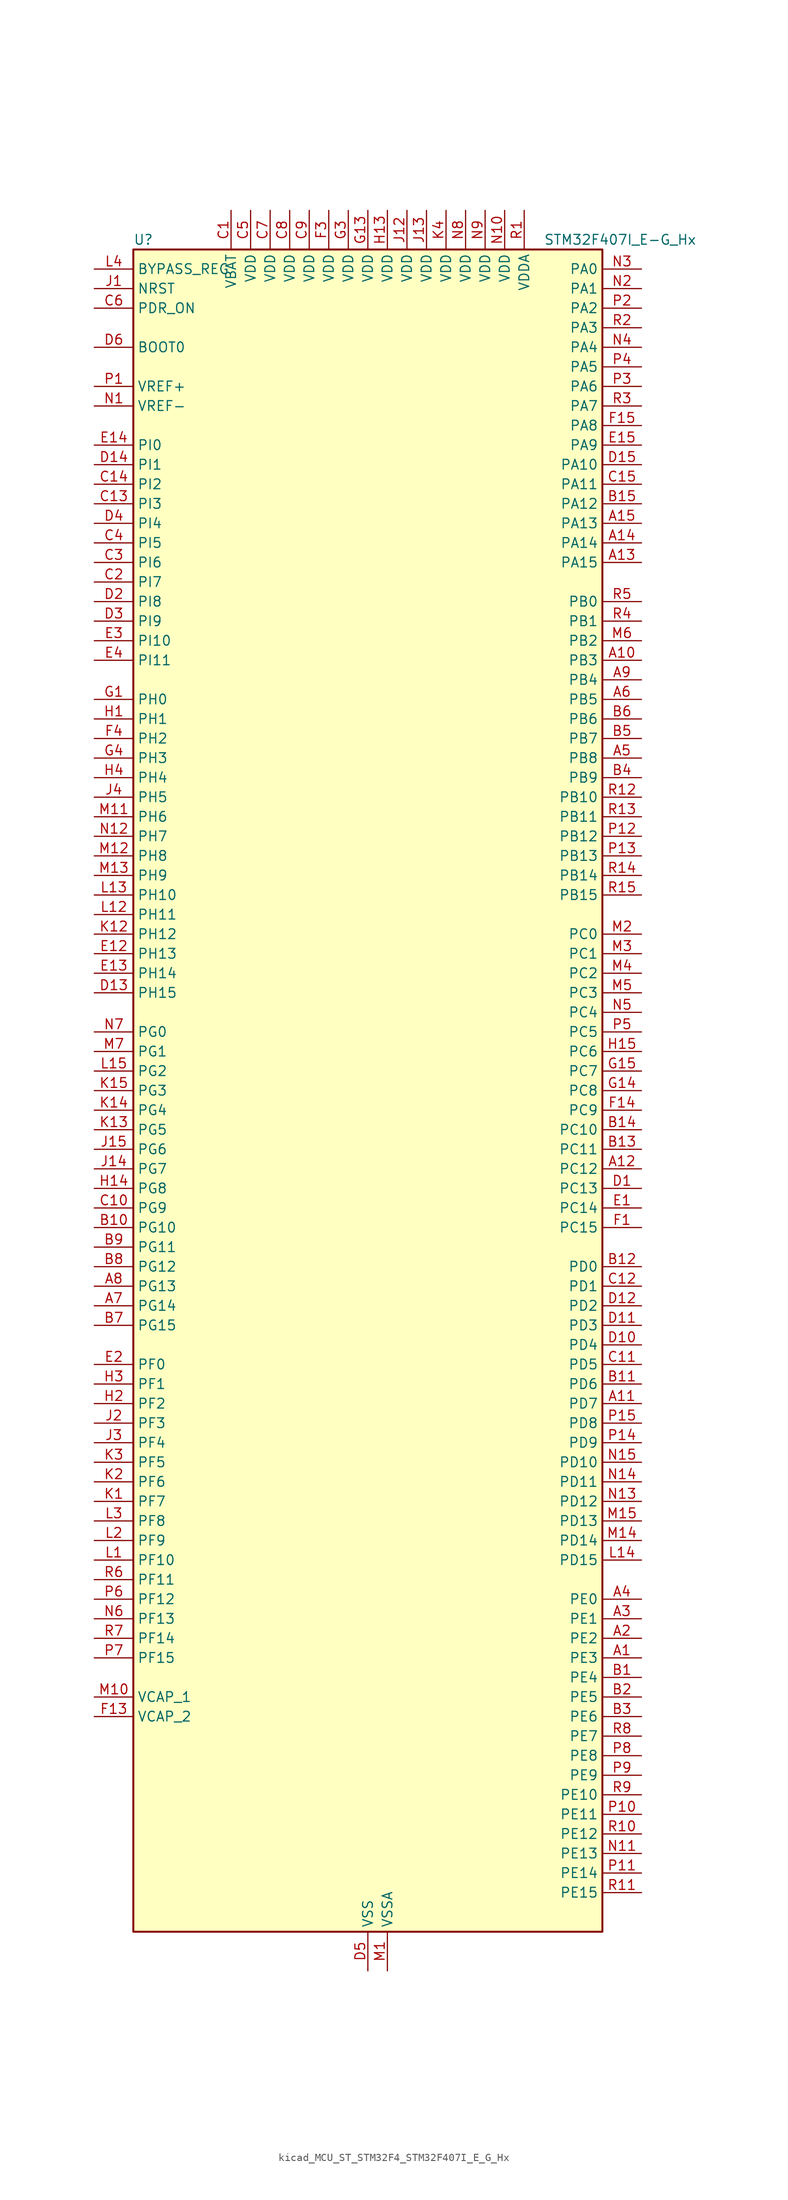
<source format=kicad_sym>
(kicad_symbol_lib
  (version 20220914)
  (generator kicad_symbol_editor)
  (symbol "kicad_MCU_ST_STM32F4_STM32F407I_E_G_Hx"
    (property "Reference" "U"
      (at -30.48 110.49 0)
      (effects (font (size 1.27 1.27)) (justify left)))
    (property "Value" "STM32F407I_E-G_Hx"
      (at 22.86 110.49 0)
      (effects (font (size 1.27 1.27)) (justify left)))
    (property "ki_locked" ""
      (at 0 0 0)
      (effects (font (size 1.27 1.27))))
    (symbol "kicad_MCU_ST_STM32F4_STM32F407I_E_G_Hx_0_1"
      (rectangle (start -30.48 -109.22) (end 30.48 109.22) (stroke (width 0.254) (type default)) (fill (type background))))
    (symbol "kicad_MCU_ST_STM32F4_STM32F407I_E_G_Hx_1_1"
      (pin bidirectional line (at 35.56 -73.66 180) (length 5.08) (name "PE3" (effects (font (size 1.27 1.27)))) (number "A1" (effects (font (size 1.27 1.27)))) (alternate "FSMC_A19" bidirectional line) (alternate "SYS_TRACED0" bidirectional line))
      (pin bidirectional line (at 35.56 55.88 180) (length 5.08) (name "PB3" (effects (font (size 1.27 1.27)))) (number "A10" (effects (font (size 1.27 1.27)))) (alternate "I2S3_CK" bidirectional line) (alternate "SPI1_SCK" bidirectional line) (alternate "SPI3_SCK" bidirectional line) (alternate "SYS_JTDO-SWO" bidirectional line) (alternate "TIM2_CH2" bidirectional line))
      (pin bidirectional line (at 35.56 -40.64 180) (length 5.08) (name "PD7" (effects (font (size 1.27 1.27)))) (number "A11" (effects (font (size 1.27 1.27)))) (alternate "FSMC_NCE2" bidirectional line) (alternate "FSMC_NE1" bidirectional line) (alternate "USART2_CK" bidirectional line))
      (pin bidirectional line (at 35.56 -10.16 180) (length 5.08) (name "PC12" (effects (font (size 1.27 1.27)))) (number "A12" (effects (font (size 1.27 1.27)))) (alternate "DCMI_D9" bidirectional line) (alternate "I2S3_SD" bidirectional line) (alternate "SDIO_CK" bidirectional line) (alternate "SPI3_MOSI" bidirectional line) (alternate "UART5_TX" bidirectional line) (alternate "USART3_CK" bidirectional line))
      (pin bidirectional line (at 35.56 68.58 180) (length 5.08) (name "PA15" (effects (font (size 1.27 1.27)))) (number "A13" (effects (font (size 1.27 1.27)))) (alternate "ADC1_EXTI15" bidirectional line) (alternate "ADC2_EXTI15" bidirectional line) (alternate "ADC3_EXTI15" bidirectional line) (alternate "I2S3_WS" bidirectional line) (alternate "SPI1_NSS" bidirectional line) (alternate "SPI3_NSS" bidirectional line) (alternate "SYS_JTDI" bidirectional line) (alternate "TIM2_CH1" bidirectional line) (alternate "TIM2_ETR" bidirectional line))
      (pin bidirectional line (at 35.56 71.12 180) (length 5.08) (name "PA14" (effects (font (size 1.27 1.27)))) (number "A14" (effects (font (size 1.27 1.27)))) (alternate "SYS_JTCK-SWCLK" bidirectional line))
      (pin bidirectional line (at 35.56 73.66 180) (length 5.08) (name "PA13" (effects (font (size 1.27 1.27)))) (number "A15" (effects (font (size 1.27 1.27)))) (alternate "SYS_JTMS-SWDIO" bidirectional line))
      (pin bidirectional line (at 35.56 -71.12 180) (length 5.08) (name "PE2" (effects (font (size 1.27 1.27)))) (number "A2" (effects (font (size 1.27 1.27)))) (alternate "ETH_TXD3" bidirectional line) (alternate "FSMC_A23" bidirectional line) (alternate "SYS_TRACECLK" bidirectional line))
      (pin bidirectional line (at 35.56 -68.58 180) (length 5.08) (name "PE1" (effects (font (size 1.27 1.27)))) (number "A3" (effects (font (size 1.27 1.27)))) (alternate "DCMI_D3" bidirectional line) (alternate "FSMC_NBL1" bidirectional line))
      (pin bidirectional line (at 35.56 -66.04 180) (length 5.08) (name "PE0" (effects (font (size 1.27 1.27)))) (number "A4" (effects (font (size 1.27 1.27)))) (alternate "DCMI_D2" bidirectional line) (alternate "FSMC_NBL0" bidirectional line) (alternate "TIM4_ETR" bidirectional line))
      (pin bidirectional line (at 35.56 43.18 180) (length 5.08) (name "PB8" (effects (font (size 1.27 1.27)))) (number "A5" (effects (font (size 1.27 1.27)))) (alternate "CAN1_RX" bidirectional line) (alternate "DCMI_D6" bidirectional line) (alternate "ETH_TXD3" bidirectional line) (alternate "I2C1_SCL" bidirectional line) (alternate "SDIO_D4" bidirectional line) (alternate "TIM10_CH1" bidirectional line) (alternate "TIM4_CH3" bidirectional line))
      (pin bidirectional line (at 35.56 50.8 180) (length 5.08) (name "PB5" (effects (font (size 1.27 1.27)))) (number "A6" (effects (font (size 1.27 1.27)))) (alternate "CAN2_RX" bidirectional line) (alternate "DCMI_D10" bidirectional line) (alternate "ETH_PPS_OUT" bidirectional line) (alternate "I2C1_SMBA" bidirectional line) (alternate "I2S3_SD" bidirectional line) (alternate "SPI1_MOSI" bidirectional line) (alternate "SPI3_MOSI" bidirectional line) (alternate "TIM3_CH2" bidirectional line) (alternate "USB_OTG_HS_ULPI_D7" bidirectional line))
      (pin bidirectional line (at -35.56 -27.94 0) (length 5.08) (name "PG14" (effects (font (size 1.27 1.27)))) (number "A7" (effects (font (size 1.27 1.27)))) (alternate "ETH_TXD1" bidirectional line) (alternate "FSMC_A25" bidirectional line) (alternate "USART6_TX" bidirectional line))
      (pin bidirectional line (at -35.56 -25.4 0) (length 5.08) (name "PG13" (effects (font (size 1.27 1.27)))) (number "A8" (effects (font (size 1.27 1.27)))) (alternate "ETH_TXD0" bidirectional line) (alternate "FSMC_A24" bidirectional line) (alternate "USART6_CTS" bidirectional line))
      (pin bidirectional line (at 35.56 53.34 180) (length 5.08) (name "PB4" (effects (font (size 1.27 1.27)))) (number "A9" (effects (font (size 1.27 1.27)))) (alternate "I2S3_ext_SD" bidirectional line) (alternate "SPI1_MISO" bidirectional line) (alternate "SPI3_MISO" bidirectional line) (alternate "SYS_JTRST" bidirectional line) (alternate "TIM3_CH1" bidirectional line))
      (pin bidirectional line (at 35.56 -76.2 180) (length 5.08) (name "PE4" (effects (font (size 1.27 1.27)))) (number "B1" (effects (font (size 1.27 1.27)))) (alternate "DCMI_D4" bidirectional line) (alternate "FSMC_A20" bidirectional line) (alternate "SYS_TRACED1" bidirectional line))
      (pin bidirectional line (at -35.56 -17.78 0) (length 5.08) (name "PG10" (effects (font (size 1.27 1.27)))) (number "B10" (effects (font (size 1.27 1.27)))) (alternate "FSMC_NCE4_1" bidirectional line) (alternate "FSMC_NE3" bidirectional line))
      (pin bidirectional line (at 35.56 -38.1 180) (length 5.08) (name "PD6" (effects (font (size 1.27 1.27)))) (number "B11" (effects (font (size 1.27 1.27)))) (alternate "FSMC_NWAIT" bidirectional line) (alternate "USART2_RX" bidirectional line))
      (pin bidirectional line (at 35.56 -22.86 180) (length 5.08) (name "PD0" (effects (font (size 1.27 1.27)))) (number "B12" (effects (font (size 1.27 1.27)))) (alternate "CAN1_RX" bidirectional line) (alternate "FSMC_D2" bidirectional line) (alternate "FSMC_DA2" bidirectional line))
      (pin bidirectional line (at 35.56 -7.62 180) (length 5.08) (name "PC11" (effects (font (size 1.27 1.27)))) (number "B13" (effects (font (size 1.27 1.27)))) (alternate "ADC1_EXTI11" bidirectional line) (alternate "ADC2_EXTI11" bidirectional line) (alternate "ADC3_EXTI11" bidirectional line) (alternate "DCMI_D4" bidirectional line) (alternate "I2S3_ext_SD" bidirectional line) (alternate "SDIO_D3" bidirectional line) (alternate "SPI3_MISO" bidirectional line) (alternate "UART4_RX" bidirectional line) (alternate "USART3_RX" bidirectional line))
      (pin bidirectional line (at 35.56 -5.08 180) (length 5.08) (name "PC10" (effects (font (size 1.27 1.27)))) (number "B14" (effects (font (size 1.27 1.27)))) (alternate "DCMI_D8" bidirectional line) (alternate "I2S3_CK" bidirectional line) (alternate "SDIO_D2" bidirectional line) (alternate "SPI3_SCK" bidirectional line) (alternate "UART4_TX" bidirectional line) (alternate "USART3_TX" bidirectional line))
      (pin bidirectional line (at 35.56 76.2 180) (length 5.08) (name "PA12" (effects (font (size 1.27 1.27)))) (number "B15" (effects (font (size 1.27 1.27)))) (alternate "CAN1_TX" bidirectional line) (alternate "TIM1_ETR" bidirectional line) (alternate "USART1_RTS" bidirectional line) (alternate "USB_OTG_FS_DP" bidirectional line))
      (pin bidirectional line (at 35.56 -78.74 180) (length 5.08) (name "PE5" (effects (font (size 1.27 1.27)))) (number "B2" (effects (font (size 1.27 1.27)))) (alternate "DCMI_D6" bidirectional line) (alternate "FSMC_A21" bidirectional line) (alternate "SYS_TRACED2" bidirectional line) (alternate "TIM9_CH1" bidirectional line))
      (pin bidirectional line (at 35.56 -81.28 180) (length 5.08) (name "PE6" (effects (font (size 1.27 1.27)))) (number "B3" (effects (font (size 1.27 1.27)))) (alternate "DCMI_D7" bidirectional line) (alternate "FSMC_A22" bidirectional line) (alternate "SYS_TRACED3" bidirectional line) (alternate "TIM9_CH2" bidirectional line))
      (pin bidirectional line (at 35.56 40.64 180) (length 5.08) (name "PB9" (effects (font (size 1.27 1.27)))) (number "B4" (effects (font (size 1.27 1.27)))) (alternate "CAN1_TX" bidirectional line) (alternate "DAC_EXTI9" bidirectional line) (alternate "DCMI_D7" bidirectional line) (alternate "I2C1_SDA" bidirectional line) (alternate "I2S2_WS" bidirectional line) (alternate "SDIO_D5" bidirectional line) (alternate "SPI2_NSS" bidirectional line) (alternate "TIM11_CH1" bidirectional line) (alternate "TIM4_CH4" bidirectional line))
      (pin bidirectional line (at 35.56 45.72 180) (length 5.08) (name "PB7" (effects (font (size 1.27 1.27)))) (number "B5" (effects (font (size 1.27 1.27)))) (alternate "DCMI_VSYNC" bidirectional line) (alternate "FSMC_NL" bidirectional line) (alternate "I2C1_SDA" bidirectional line) (alternate "TIM4_CH2" bidirectional line) (alternate "USART1_RX" bidirectional line))
      (pin bidirectional line (at 35.56 48.26 180) (length 5.08) (name "PB6" (effects (font (size 1.27 1.27)))) (number "B6" (effects (font (size 1.27 1.27)))) (alternate "CAN2_TX" bidirectional line) (alternate "DCMI_D5" bidirectional line) (alternate "I2C1_SCL" bidirectional line) (alternate "TIM4_CH1" bidirectional line) (alternate "USART1_TX" bidirectional line))
      (pin bidirectional line (at -35.56 -30.48 0) (length 5.08) (name "PG15" (effects (font (size 1.27 1.27)))) (number "B7" (effects (font (size 1.27 1.27)))) (alternate "ADC1_EXTI15" bidirectional line) (alternate "ADC2_EXTI15" bidirectional line) (alternate "ADC3_EXTI15" bidirectional line) (alternate "DCMI_D13" bidirectional line) (alternate "USART6_CTS" bidirectional line))
      (pin bidirectional line (at -35.56 -22.86 0) (length 5.08) (name "PG12" (effects (font (size 1.27 1.27)))) (number "B8" (effects (font (size 1.27 1.27)))) (alternate "FSMC_NE4" bidirectional line) (alternate "USART6_RTS" bidirectional line))
      (pin bidirectional line (at -35.56 -20.32 0) (length 5.08) (name "PG11" (effects (font (size 1.27 1.27)))) (number "B9" (effects (font (size 1.27 1.27)))) (alternate "ADC1_EXTI11" bidirectional line) (alternate "ADC2_EXTI11" bidirectional line) (alternate "ADC3_EXTI11" bidirectional line) (alternate "ETH_TX_EN" bidirectional line) (alternate "FSMC_NCE4_2" bidirectional line))
      (pin power_in line (at -17.78 114.3 270) (length 5.08) (name "VBAT" (effects (font (size 1.27 1.27)))) (number "C1" (effects (font (size 1.27 1.27)))))
      (pin bidirectional line (at -35.56 -15.24 0) (length 5.08) (name "PG9" (effects (font (size 1.27 1.27)))) (number "C10" (effects (font (size 1.27 1.27)))) (alternate "DAC_EXTI9" bidirectional line) (alternate "FSMC_NCE3" bidirectional line) (alternate "FSMC_NE2" bidirectional line) (alternate "USART6_RX" bidirectional line))
      (pin bidirectional line (at 35.56 -35.56 180) (length 5.08) (name "PD5" (effects (font (size 1.27 1.27)))) (number "C11" (effects (font (size 1.27 1.27)))) (alternate "FSMC_NWE" bidirectional line) (alternate "USART2_TX" bidirectional line))
      (pin bidirectional line (at 35.56 -25.4 180) (length 5.08) (name "PD1" (effects (font (size 1.27 1.27)))) (number "C12" (effects (font (size 1.27 1.27)))) (alternate "CAN1_TX" bidirectional line) (alternate "FSMC_D3" bidirectional line) (alternate "FSMC_DA3" bidirectional line))
      (pin bidirectional line (at -35.56 76.2 0) (length 5.08) (name "PI3" (effects (font (size 1.27 1.27)))) (number "C13" (effects (font (size 1.27 1.27)))) (alternate "DCMI_D10" bidirectional line) (alternate "I2S2_SD" bidirectional line) (alternate "SPI2_MOSI" bidirectional line) (alternate "TIM8_ETR" bidirectional line))
      (pin bidirectional line (at -35.56 78.74 0) (length 5.08) (name "PI2" (effects (font (size 1.27 1.27)))) (number "C14" (effects (font (size 1.27 1.27)))) (alternate "DCMI_D9" bidirectional line) (alternate "I2S2_ext_SD" bidirectional line) (alternate "SPI2_MISO" bidirectional line) (alternate "TIM8_CH4" bidirectional line))
      (pin bidirectional line (at 35.56 78.74 180) (length 5.08) (name "PA11" (effects (font (size 1.27 1.27)))) (number "C15" (effects (font (size 1.27 1.27)))) (alternate "ADC1_EXTI11" bidirectional line) (alternate "ADC2_EXTI11" bidirectional line) (alternate "ADC3_EXTI11" bidirectional line) (alternate "CAN1_RX" bidirectional line) (alternate "TIM1_CH4" bidirectional line) (alternate "USART1_CTS" bidirectional line) (alternate "USB_OTG_FS_DM" bidirectional line))
      (pin bidirectional line (at -35.56 66.04 0) (length 5.08) (name "PI7" (effects (font (size 1.27 1.27)))) (number "C2" (effects (font (size 1.27 1.27)))) (alternate "DCMI_D7" bidirectional line) (alternate "TIM8_CH3" bidirectional line))
      (pin bidirectional line (at -35.56 68.58 0) (length 5.08) (name "PI6" (effects (font (size 1.27 1.27)))) (number "C3" (effects (font (size 1.27 1.27)))) (alternate "DCMI_D6" bidirectional line) (alternate "TIM8_CH2" bidirectional line))
      (pin bidirectional line (at -35.56 71.12 0) (length 5.08) (name "PI5" (effects (font (size 1.27 1.27)))) (number "C4" (effects (font (size 1.27 1.27)))) (alternate "DCMI_VSYNC" bidirectional line) (alternate "TIM8_CH1" bidirectional line))
      (pin power_in line (at -15.24 114.3 270) (length 5.08) (name "VDD" (effects (font (size 1.27 1.27)))) (number "C5" (effects (font (size 1.27 1.27)))))
      (pin input line (at -35.56 101.6 0) (length 5.08) (name "PDR_ON" (effects (font (size 1.27 1.27)))) (number "C6" (effects (font (size 1.27 1.27)))))
      (pin power_in line (at -12.7 114.3 270) (length 5.08) (name "VDD" (effects (font (size 1.27 1.27)))) (number "C7" (effects (font (size 1.27 1.27)))))
      (pin power_in line (at -10.16 114.3 270) (length 5.08) (name "VDD" (effects (font (size 1.27 1.27)))) (number "C8" (effects (font (size 1.27 1.27)))))
      (pin power_in line (at -7.62 114.3 270) (length 5.08) (name "VDD" (effects (font (size 1.27 1.27)))) (number "C9" (effects (font (size 1.27 1.27)))))
      (pin bidirectional line (at 35.56 -12.7 180) (length 5.08) (name "PC13" (effects (font (size 1.27 1.27)))) (number "D1" (effects (font (size 1.27 1.27)))) (alternate "RTC_AF1" bidirectional line))
      (pin bidirectional line (at 35.56 -33.02 180) (length 5.08) (name "PD4" (effects (font (size 1.27 1.27)))) (number "D10" (effects (font (size 1.27 1.27)))) (alternate "FSMC_NOE" bidirectional line) (alternate "USART2_RTS" bidirectional line))
      (pin bidirectional line (at 35.56 -30.48 180) (length 5.08) (name "PD3" (effects (font (size 1.27 1.27)))) (number "D11" (effects (font (size 1.27 1.27)))) (alternate "FSMC_CLK" bidirectional line) (alternate "USART2_CTS" bidirectional line))
      (pin bidirectional line (at 35.56 -27.94 180) (length 5.08) (name "PD2" (effects (font (size 1.27 1.27)))) (number "D12" (effects (font (size 1.27 1.27)))) (alternate "DCMI_D11" bidirectional line) (alternate "SDIO_CMD" bidirectional line) (alternate "TIM3_ETR" bidirectional line) (alternate "UART5_RX" bidirectional line))
      (pin bidirectional line (at -35.56 12.7 0) (length 5.08) (name "PH15" (effects (font (size 1.27 1.27)))) (number "D13" (effects (font (size 1.27 1.27)))) (alternate "ADC1_EXTI15" bidirectional line) (alternate "ADC2_EXTI15" bidirectional line) (alternate "ADC3_EXTI15" bidirectional line) (alternate "DCMI_D11" bidirectional line) (alternate "TIM8_CH3N" bidirectional line))
      (pin bidirectional line (at -35.56 81.28 0) (length 5.08) (name "PI1" (effects (font (size 1.27 1.27)))) (number "D14" (effects (font (size 1.27 1.27)))) (alternate "DCMI_D8" bidirectional line) (alternate "I2S2_CK" bidirectional line) (alternate "SPI2_SCK" bidirectional line))
      (pin bidirectional line (at 35.56 81.28 180) (length 5.08) (name "PA10" (effects (font (size 1.27 1.27)))) (number "D15" (effects (font (size 1.27 1.27)))) (alternate "DCMI_D1" bidirectional line) (alternate "TIM1_CH3" bidirectional line) (alternate "USART1_RX" bidirectional line) (alternate "USB_OTG_FS_ID" bidirectional line))
      (pin bidirectional line (at -35.56 63.5 0) (length 5.08) (name "PI8" (effects (font (size 1.27 1.27)))) (number "D2" (effects (font (size 1.27 1.27)))) (alternate "RTC_AF2" bidirectional line))
      (pin bidirectional line (at -35.56 60.96 0) (length 5.08) (name "PI9" (effects (font (size 1.27 1.27)))) (number "D3" (effects (font (size 1.27 1.27)))) (alternate "CAN1_RX" bidirectional line) (alternate "DAC_EXTI9" bidirectional line))
      (pin bidirectional line (at -35.56 73.66 0) (length 5.08) (name "PI4" (effects (font (size 1.27 1.27)))) (number "D4" (effects (font (size 1.27 1.27)))) (alternate "DCMI_D5" bidirectional line) (alternate "TIM8_BKIN" bidirectional line))
      (pin power_in line (at 0 -114.3 90) (length 5.08) (name "VSS" (effects (font (size 1.27 1.27)))) (number "D5" (effects (font (size 1.27 1.27)))))
      (pin input line (at -35.56 96.52 0) (length 5.08) (name "BOOT0" (effects (font (size 1.27 1.27)))) (number "D6" (effects (font (size 1.27 1.27)))))
      (pin passive line (at 0 -114.3 90) (length 5.08) hide (name "VSS" (effects (font (size 1.27 1.27)))) (number "D7" (effects (font (size 1.27 1.27)))))
      (pin passive line (at 0 -114.3 90) (length 5.08) hide (name "VSS" (effects (font (size 1.27 1.27)))) (number "D8" (effects (font (size 1.27 1.27)))))
      (pin passive line (at 0 -114.3 90) (length 5.08) hide (name "VSS" (effects (font (size 1.27 1.27)))) (number "D9" (effects (font (size 1.27 1.27)))))
      (pin bidirectional line (at 35.56 -15.24 180) (length 5.08) (name "PC14" (effects (font (size 1.27 1.27)))) (number "E1" (effects (font (size 1.27 1.27)))) (alternate "RCC_OSC32_IN" bidirectional line))
      (pin bidirectional line (at -35.56 17.78 0) (length 5.08) (name "PH13" (effects (font (size 1.27 1.27)))) (number "E12" (effects (font (size 1.27 1.27)))) (alternate "CAN1_TX" bidirectional line) (alternate "TIM8_CH1N" bidirectional line))
      (pin bidirectional line (at -35.56 15.24 0) (length 5.08) (name "PH14" (effects (font (size 1.27 1.27)))) (number "E13" (effects (font (size 1.27 1.27)))) (alternate "DCMI_D4" bidirectional line) (alternate "TIM8_CH2N" bidirectional line))
      (pin bidirectional line (at -35.56 83.82 0) (length 5.08) (name "PI0" (effects (font (size 1.27 1.27)))) (number "E14" (effects (font (size 1.27 1.27)))) (alternate "DCMI_D13" bidirectional line) (alternate "I2S2_WS" bidirectional line) (alternate "SPI2_NSS" bidirectional line) (alternate "TIM5_CH4" bidirectional line))
      (pin bidirectional line (at 35.56 83.82 180) (length 5.08) (name "PA9" (effects (font (size 1.27 1.27)))) (number "E15" (effects (font (size 1.27 1.27)))) (alternate "DAC_EXTI9" bidirectional line) (alternate "DCMI_D0" bidirectional line) (alternate "I2C3_SMBA" bidirectional line) (alternate "TIM1_CH2" bidirectional line) (alternate "USART1_TX" bidirectional line) (alternate "USB_OTG_FS_VBUS" bidirectional line))
      (pin bidirectional line (at -35.56 -35.56 0) (length 5.08) (name "PF0" (effects (font (size 1.27 1.27)))) (number "E2" (effects (font (size 1.27 1.27)))) (alternate "FSMC_A0" bidirectional line) (alternate "I2C2_SDA" bidirectional line))
      (pin bidirectional line (at -35.56 58.42 0) (length 5.08) (name "PI10" (effects (font (size 1.27 1.27)))) (number "E3" (effects (font (size 1.27 1.27)))) (alternate "ETH_RX_ER" bidirectional line))
      (pin bidirectional line (at -35.56 55.88 0) (length 5.08) (name "PI11" (effects (font (size 1.27 1.27)))) (number "E4" (effects (font (size 1.27 1.27)))) (alternate "ADC1_EXTI11" bidirectional line) (alternate "ADC2_EXTI11" bidirectional line) (alternate "ADC3_EXTI11" bidirectional line) (alternate "USB_OTG_HS_ULPI_DIR" bidirectional line))
      (pin bidirectional line (at 35.56 -17.78 180) (length 5.08) (name "PC15" (effects (font (size 1.27 1.27)))) (number "F1" (effects (font (size 1.27 1.27)))) (alternate "ADC1_EXTI15" bidirectional line) (alternate "ADC2_EXTI15" bidirectional line) (alternate "ADC3_EXTI15" bidirectional line) (alternate "RCC_OSC32_OUT" bidirectional line))
      (pin passive line (at 0 -114.3 90) (length 5.08) hide (name "VSS" (effects (font (size 1.27 1.27)))) (number "F10" (effects (font (size 1.27 1.27)))))
      (pin passive line (at 0 -114.3 90) (length 5.08) hide (name "VSS" (effects (font (size 1.27 1.27)))) (number "F12" (effects (font (size 1.27 1.27)))))
      (pin power_out line (at -35.56 -81.28 0) (length 5.08) (name "VCAP_2" (effects (font (size 1.27 1.27)))) (number "F13" (effects (font (size 1.27 1.27)))))
      (pin bidirectional line (at 35.56 -2.54 180) (length 5.08) (name "PC9" (effects (font (size 1.27 1.27)))) (number "F14" (effects (font (size 1.27 1.27)))) (alternate "DAC_EXTI9" bidirectional line) (alternate "DCMI_D3" bidirectional line) (alternate "I2C3_SDA" bidirectional line) (alternate "I2S_CKIN" bidirectional line) (alternate "RCC_MCO_2" bidirectional line) (alternate "SDIO_D1" bidirectional line) (alternate "TIM3_CH4" bidirectional line) (alternate "TIM8_CH4" bidirectional line))
      (pin bidirectional line (at 35.56 86.36 180) (length 5.08) (name "PA8" (effects (font (size 1.27 1.27)))) (number "F15" (effects (font (size 1.27 1.27)))) (alternate "I2C3_SCL" bidirectional line) (alternate "RCC_MCO_1" bidirectional line) (alternate "TIM1_CH1" bidirectional line) (alternate "USART1_CK" bidirectional line) (alternate "USB_OTG_FS_SOF" bidirectional line))
      (pin passive line (at 0 -114.3 90) (length 5.08) hide (name "VSS" (effects (font (size 1.27 1.27)))) (number "F2" (effects (font (size 1.27 1.27)))))
      (pin power_in line (at -5.08 114.3 270) (length 5.08) (name "VDD" (effects (font (size 1.27 1.27)))) (number "F3" (effects (font (size 1.27 1.27)))))
      (pin bidirectional line (at -35.56 45.72 0) (length 5.08) (name "PH2" (effects (font (size 1.27 1.27)))) (number "F4" (effects (font (size 1.27 1.27)))) (alternate "ETH_CRS" bidirectional line))
      (pin passive line (at 0 -114.3 90) (length 5.08) hide (name "VSS" (effects (font (size 1.27 1.27)))) (number "F6" (effects (font (size 1.27 1.27)))))
      (pin passive line (at 0 -114.3 90) (length 5.08) hide (name "VSS" (effects (font (size 1.27 1.27)))) (number "F7" (effects (font (size 1.27 1.27)))))
      (pin passive line (at 0 -114.3 90) (length 5.08) hide (name "VSS" (effects (font (size 1.27 1.27)))) (number "F8" (effects (font (size 1.27 1.27)))))
      (pin passive line (at 0 -114.3 90) (length 5.08) hide (name "VSS" (effects (font (size 1.27 1.27)))) (number "F9" (effects (font (size 1.27 1.27)))))
      (pin bidirectional line (at -35.56 50.8 0) (length 5.08) (name "PH0" (effects (font (size 1.27 1.27)))) (number "G1" (effects (font (size 1.27 1.27)))) (alternate "RCC_OSC_IN" bidirectional line))
      (pin passive line (at 0 -114.3 90) (length 5.08) hide (name "VSS" (effects (font (size 1.27 1.27)))) (number "G10" (effects (font (size 1.27 1.27)))))
      (pin passive line (at 0 -114.3 90) (length 5.08) hide (name "VSS" (effects (font (size 1.27 1.27)))) (number "G12" (effects (font (size 1.27 1.27)))))
      (pin power_in line (at 0 114.3 270) (length 5.08) (name "VDD" (effects (font (size 1.27 1.27)))) (number "G13" (effects (font (size 1.27 1.27)))))
      (pin bidirectional line (at 35.56 0 180) (length 5.08) (name "PC8" (effects (font (size 1.27 1.27)))) (number "G14" (effects (font (size 1.27 1.27)))) (alternate "DCMI_D2" bidirectional line) (alternate "SDIO_D0" bidirectional line) (alternate "TIM3_CH3" bidirectional line) (alternate "TIM8_CH3" bidirectional line) (alternate "USART6_CK" bidirectional line))
      (pin bidirectional line (at 35.56 2.54 180) (length 5.08) (name "PC7" (effects (font (size 1.27 1.27)))) (number "G15" (effects (font (size 1.27 1.27)))) (alternate "DCMI_D1" bidirectional line) (alternate "I2S3_MCK" bidirectional line) (alternate "SDIO_D7" bidirectional line) (alternate "TIM3_CH2" bidirectional line) (alternate "TIM8_CH2" bidirectional line) (alternate "USART6_RX" bidirectional line))
      (pin passive line (at 0 -114.3 90) (length 5.08) hide (name "VSS" (effects (font (size 1.27 1.27)))) (number "G2" (effects (font (size 1.27 1.27)))))
      (pin power_in line (at -2.54 114.3 270) (length 5.08) (name "VDD" (effects (font (size 1.27 1.27)))) (number "G3" (effects (font (size 1.27 1.27)))))
      (pin bidirectional line (at -35.56 43.18 0) (length 5.08) (name "PH3" (effects (font (size 1.27 1.27)))) (number "G4" (effects (font (size 1.27 1.27)))) (alternate "ETH_COL" bidirectional line))
      (pin passive line (at 0 -114.3 90) (length 5.08) hide (name "VSS" (effects (font (size 1.27 1.27)))) (number "G6" (effects (font (size 1.27 1.27)))))
      (pin passive line (at 0 -114.3 90) (length 5.08) hide (name "VSS" (effects (font (size 1.27 1.27)))) (number "G7" (effects (font (size 1.27 1.27)))))
      (pin passive line (at 0 -114.3 90) (length 5.08) hide (name "VSS" (effects (font (size 1.27 1.27)))) (number "G8" (effects (font (size 1.27 1.27)))))
      (pin passive line (at 0 -114.3 90) (length 5.08) hide (name "VSS" (effects (font (size 1.27 1.27)))) (number "G9" (effects (font (size 1.27 1.27)))))
      (pin bidirectional line (at -35.56 48.26 0) (length 5.08) (name "PH1" (effects (font (size 1.27 1.27)))) (number "H1" (effects (font (size 1.27 1.27)))) (alternate "RCC_OSC_OUT" bidirectional line))
      (pin passive line (at 0 -114.3 90) (length 5.08) hide (name "VSS" (effects (font (size 1.27 1.27)))) (number "H10" (effects (font (size 1.27 1.27)))))
      (pin passive line (at 0 -114.3 90) (length 5.08) hide (name "VSS" (effects (font (size 1.27 1.27)))) (number "H12" (effects (font (size 1.27 1.27)))))
      (pin power_in line (at 2.54 114.3 270) (length 5.08) (name "VDD" (effects (font (size 1.27 1.27)))) (number "H13" (effects (font (size 1.27 1.27)))))
      (pin bidirectional line (at -35.56 -12.7 0) (length 5.08) (name "PG8" (effects (font (size 1.27 1.27)))) (number "H14" (effects (font (size 1.27 1.27)))) (alternate "ETH_PPS_OUT" bidirectional line) (alternate "USART6_RTS" bidirectional line))
      (pin bidirectional line (at 35.56 5.08 180) (length 5.08) (name "PC6" (effects (font (size 1.27 1.27)))) (number "H15" (effects (font (size 1.27 1.27)))) (alternate "DCMI_D0" bidirectional line) (alternate "I2S2_MCK" bidirectional line) (alternate "SDIO_D6" bidirectional line) (alternate "TIM3_CH1" bidirectional line) (alternate "TIM8_CH1" bidirectional line) (alternate "USART6_TX" bidirectional line))
      (pin bidirectional line (at -35.56 -40.64 0) (length 5.08) (name "PF2" (effects (font (size 1.27 1.27)))) (number "H2" (effects (font (size 1.27 1.27)))) (alternate "FSMC_A2" bidirectional line) (alternate "I2C2_SMBA" bidirectional line))
      (pin bidirectional line (at -35.56 -38.1 0) (length 5.08) (name "PF1" (effects (font (size 1.27 1.27)))) (number "H3" (effects (font (size 1.27 1.27)))) (alternate "FSMC_A1" bidirectional line) (alternate "I2C2_SCL" bidirectional line))
      (pin bidirectional line (at -35.56 40.64 0) (length 5.08) (name "PH4" (effects (font (size 1.27 1.27)))) (number "H4" (effects (font (size 1.27 1.27)))) (alternate "I2C2_SCL" bidirectional line) (alternate "USB_OTG_HS_ULPI_NXT" bidirectional line))
      (pin passive line (at 0 -114.3 90) (length 5.08) hide (name "VSS" (effects (font (size 1.27 1.27)))) (number "H6" (effects (font (size 1.27 1.27)))))
      (pin passive line (at 0 -114.3 90) (length 5.08) hide (name "VSS" (effects (font (size 1.27 1.27)))) (number "H7" (effects (font (size 1.27 1.27)))))
      (pin passive line (at 0 -114.3 90) (length 5.08) hide (name "VSS" (effects (font (size 1.27 1.27)))) (number "H8" (effects (font (size 1.27 1.27)))))
      (pin passive line (at 0 -114.3 90) (length 5.08) hide (name "VSS" (effects (font (size 1.27 1.27)))) (number "H9" (effects (font (size 1.27 1.27)))))
      (pin input line (at -35.56 104.14 0) (length 5.08) (name "NRST" (effects (font (size 1.27 1.27)))) (number "J1" (effects (font (size 1.27 1.27)))))
      (pin passive line (at 0 -114.3 90) (length 5.08) hide (name "VSS" (effects (font (size 1.27 1.27)))) (number "J10" (effects (font (size 1.27 1.27)))))
      (pin power_in line (at 5.08 114.3 270) (length 5.08) (name "VDD" (effects (font (size 1.27 1.27)))) (number "J12" (effects (font (size 1.27 1.27)))))
      (pin power_in line (at 7.62 114.3 270) (length 5.08) (name "VDD" (effects (font (size 1.27 1.27)))) (number "J13" (effects (font (size 1.27 1.27)))))
      (pin bidirectional line (at -35.56 -10.16 0) (length 5.08) (name "PG7" (effects (font (size 1.27 1.27)))) (number "J14" (effects (font (size 1.27 1.27)))) (alternate "FSMC_INT3" bidirectional line) (alternate "USART6_CK" bidirectional line))
      (pin bidirectional line (at -35.56 -7.62 0) (length 5.08) (name "PG6" (effects (font (size 1.27 1.27)))) (number "J15" (effects (font (size 1.27 1.27)))) (alternate "FSMC_INT2" bidirectional line))
      (pin bidirectional line (at -35.56 -43.18 0) (length 5.08) (name "PF3" (effects (font (size 1.27 1.27)))) (number "J2" (effects (font (size 1.27 1.27)))) (alternate "ADC3_IN9" bidirectional line) (alternate "FSMC_A3" bidirectional line))
      (pin bidirectional line (at -35.56 -45.72 0) (length 5.08) (name "PF4" (effects (font (size 1.27 1.27)))) (number "J3" (effects (font (size 1.27 1.27)))) (alternate "ADC3_IN14" bidirectional line) (alternate "FSMC_A4" bidirectional line))
      (pin bidirectional line (at -35.56 38.1 0) (length 5.08) (name "PH5" (effects (font (size 1.27 1.27)))) (number "J4" (effects (font (size 1.27 1.27)))) (alternate "I2C2_SDA" bidirectional line))
      (pin passive line (at 0 -114.3 90) (length 5.08) hide (name "VSS" (effects (font (size 1.27 1.27)))) (number "J6" (effects (font (size 1.27 1.27)))))
      (pin passive line (at 0 -114.3 90) (length 5.08) hide (name "VSS" (effects (font (size 1.27 1.27)))) (number "J7" (effects (font (size 1.27 1.27)))))
      (pin passive line (at 0 -114.3 90) (length 5.08) hide (name "VSS" (effects (font (size 1.27 1.27)))) (number "J8" (effects (font (size 1.27 1.27)))))
      (pin passive line (at 0 -114.3 90) (length 5.08) hide (name "VSS" (effects (font (size 1.27 1.27)))) (number "J9" (effects (font (size 1.27 1.27)))))
      (pin bidirectional line (at -35.56 -53.34 0) (length 5.08) (name "PF7" (effects (font (size 1.27 1.27)))) (number "K1" (effects (font (size 1.27 1.27)))) (alternate "ADC3_IN5" bidirectional line) (alternate "FSMC_NREG" bidirectional line) (alternate "TIM11_CH1" bidirectional line))
      (pin passive line (at 0 -114.3 90) (length 5.08) hide (name "VSS" (effects (font (size 1.27 1.27)))) (number "K10" (effects (font (size 1.27 1.27)))))
      (pin bidirectional line (at -35.56 20.32 0) (length 5.08) (name "PH12" (effects (font (size 1.27 1.27)))) (number "K12" (effects (font (size 1.27 1.27)))) (alternate "DCMI_D3" bidirectional line) (alternate "TIM5_CH3" bidirectional line))
      (pin bidirectional line (at -35.56 -5.08 0) (length 5.08) (name "PG5" (effects (font (size 1.27 1.27)))) (number "K13" (effects (font (size 1.27 1.27)))) (alternate "FSMC_A15" bidirectional line))
      (pin bidirectional line (at -35.56 -2.54 0) (length 5.08) (name "PG4" (effects (font (size 1.27 1.27)))) (number "K14" (effects (font (size 1.27 1.27)))) (alternate "FSMC_A14" bidirectional line))
      (pin bidirectional line (at -35.56 0 0) (length 5.08) (name "PG3" (effects (font (size 1.27 1.27)))) (number "K15" (effects (font (size 1.27 1.27)))) (alternate "FSMC_A13" bidirectional line))
      (pin bidirectional line (at -35.56 -50.8 0) (length 5.08) (name "PF6" (effects (font (size 1.27 1.27)))) (number "K2" (effects (font (size 1.27 1.27)))) (alternate "ADC3_IN4" bidirectional line) (alternate "FSMC_NIORD" bidirectional line) (alternate "TIM10_CH1" bidirectional line))
      (pin bidirectional line (at -35.56 -48.26 0) (length 5.08) (name "PF5" (effects (font (size 1.27 1.27)))) (number "K3" (effects (font (size 1.27 1.27)))) (alternate "ADC3_IN15" bidirectional line) (alternate "FSMC_A5" bidirectional line))
      (pin power_in line (at 10.16 114.3 270) (length 5.08) (name "VDD" (effects (font (size 1.27 1.27)))) (number "K4" (effects (font (size 1.27 1.27)))))
      (pin passive line (at 0 -114.3 90) (length 5.08) hide (name "VSS" (effects (font (size 1.27 1.27)))) (number "K6" (effects (font (size 1.27 1.27)))))
      (pin passive line (at 0 -114.3 90) (length 5.08) hide (name "VSS" (effects (font (size 1.27 1.27)))) (number "K7" (effects (font (size 1.27 1.27)))))
      (pin passive line (at 0 -114.3 90) (length 5.08) hide (name "VSS" (effects (font (size 1.27 1.27)))) (number "K8" (effects (font (size 1.27 1.27)))))
      (pin passive line (at 0 -114.3 90) (length 5.08) hide (name "VSS" (effects (font (size 1.27 1.27)))) (number "K9" (effects (font (size 1.27 1.27)))))
      (pin bidirectional line (at -35.56 -60.96 0) (length 5.08) (name "PF10" (effects (font (size 1.27 1.27)))) (number "L1" (effects (font (size 1.27 1.27)))) (alternate "ADC3_IN8" bidirectional line) (alternate "FSMC_INTR" bidirectional line))
      (pin bidirectional line (at -35.56 22.86 0) (length 5.08) (name "PH11" (effects (font (size 1.27 1.27)))) (number "L12" (effects (font (size 1.27 1.27)))) (alternate "ADC1_EXTI11" bidirectional line) (alternate "ADC2_EXTI11" bidirectional line) (alternate "ADC3_EXTI11" bidirectional line) (alternate "DCMI_D2" bidirectional line) (alternate "TIM5_CH2" bidirectional line))
      (pin bidirectional line (at -35.56 25.4 0) (length 5.08) (name "PH10" (effects (font (size 1.27 1.27)))) (number "L13" (effects (font (size 1.27 1.27)))) (alternate "DCMI_D1" bidirectional line) (alternate "TIM5_CH1" bidirectional line))
      (pin bidirectional line (at 35.56 -60.96 180) (length 5.08) (name "PD15" (effects (font (size 1.27 1.27)))) (number "L14" (effects (font (size 1.27 1.27)))) (alternate "ADC1_EXTI15" bidirectional line) (alternate "ADC2_EXTI15" bidirectional line) (alternate "ADC3_EXTI15" bidirectional line) (alternate "FSMC_D1" bidirectional line) (alternate "FSMC_DA1" bidirectional line) (alternate "TIM4_CH4" bidirectional line))
      (pin bidirectional line (at -35.56 2.54 0) (length 5.08) (name "PG2" (effects (font (size 1.27 1.27)))) (number "L15" (effects (font (size 1.27 1.27)))) (alternate "FSMC_A12" bidirectional line))
      (pin bidirectional line (at -35.56 -58.42 0) (length 5.08) (name "PF9" (effects (font (size 1.27 1.27)))) (number "L2" (effects (font (size 1.27 1.27)))) (alternate "ADC3_IN7" bidirectional line) (alternate "DAC_EXTI9" bidirectional line) (alternate "FSMC_CD" bidirectional line) (alternate "TIM14_CH1" bidirectional line))
      (pin bidirectional line (at -35.56 -55.88 0) (length 5.08) (name "PF8" (effects (font (size 1.27 1.27)))) (number "L3" (effects (font (size 1.27 1.27)))) (alternate "ADC3_IN6" bidirectional line) (alternate "FSMC_NIOWR" bidirectional line) (alternate "TIM13_CH1" bidirectional line))
      (pin input line (at -35.56 106.68 0) (length 5.08) (name "BYPASS_REG" (effects (font (size 1.27 1.27)))) (number "L4" (effects (font (size 1.27 1.27)))))
      (pin power_in line (at 2.54 -114.3 90) (length 5.08) (name "VSSA" (effects (font (size 1.27 1.27)))) (number "M1" (effects (font (size 1.27 1.27)))))
      (pin power_out line (at -35.56 -78.74 0) (length 5.08) (name "VCAP_1" (effects (font (size 1.27 1.27)))) (number "M10" (effects (font (size 1.27 1.27)))))
      (pin bidirectional line (at -35.56 35.56 0) (length 5.08) (name "PH6" (effects (font (size 1.27 1.27)))) (number "M11" (effects (font (size 1.27 1.27)))) (alternate "ETH_RXD2" bidirectional line) (alternate "I2C2_SMBA" bidirectional line) (alternate "TIM12_CH1" bidirectional line))
      (pin bidirectional line (at -35.56 30.48 0) (length 5.08) (name "PH8" (effects (font (size 1.27 1.27)))) (number "M12" (effects (font (size 1.27 1.27)))) (alternate "DCMI_HSYNC" bidirectional line) (alternate "I2C3_SDA" bidirectional line))
      (pin bidirectional line (at -35.56 27.94 0) (length 5.08) (name "PH9" (effects (font (size 1.27 1.27)))) (number "M13" (effects (font (size 1.27 1.27)))) (alternate "DAC_EXTI9" bidirectional line) (alternate "DCMI_D0" bidirectional line) (alternate "I2C3_SMBA" bidirectional line) (alternate "TIM12_CH2" bidirectional line))
      (pin bidirectional line (at 35.56 -58.42 180) (length 5.08) (name "PD14" (effects (font (size 1.27 1.27)))) (number "M14" (effects (font (size 1.27 1.27)))) (alternate "FSMC_D0" bidirectional line) (alternate "FSMC_DA0" bidirectional line) (alternate "TIM4_CH3" bidirectional line))
      (pin bidirectional line (at 35.56 -55.88 180) (length 5.08) (name "PD13" (effects (font (size 1.27 1.27)))) (number "M15" (effects (font (size 1.27 1.27)))) (alternate "FSMC_A18" bidirectional line) (alternate "TIM4_CH2" bidirectional line))
      (pin bidirectional line (at 35.56 20.32 180) (length 5.08) (name "PC0" (effects (font (size 1.27 1.27)))) (number "M2" (effects (font (size 1.27 1.27)))) (alternate "ADC1_IN10" bidirectional line) (alternate "ADC2_IN10" bidirectional line) (alternate "ADC3_IN10" bidirectional line) (alternate "USB_OTG_HS_ULPI_STP" bidirectional line))
      (pin bidirectional line (at 35.56 17.78 180) (length 5.08) (name "PC1" (effects (font (size 1.27 1.27)))) (number "M3" (effects (font (size 1.27 1.27)))) (alternate "ADC1_IN11" bidirectional line) (alternate "ADC2_IN11" bidirectional line) (alternate "ADC3_IN11" bidirectional line) (alternate "ETH_MDC" bidirectional line))
      (pin bidirectional line (at 35.56 15.24 180) (length 5.08) (name "PC2" (effects (font (size 1.27 1.27)))) (number "M4" (effects (font (size 1.27 1.27)))) (alternate "ADC1_IN12" bidirectional line) (alternate "ADC2_IN12" bidirectional line) (alternate "ADC3_IN12" bidirectional line) (alternate "ETH_TXD2" bidirectional line) (alternate "I2S2_ext_SD" bidirectional line) (alternate "SPI2_MISO" bidirectional line) (alternate "USB_OTG_HS_ULPI_DIR" bidirectional line))
      (pin bidirectional line (at 35.56 12.7 180) (length 5.08) (name "PC3" (effects (font (size 1.27 1.27)))) (number "M5" (effects (font (size 1.27 1.27)))) (alternate "ADC1_IN13" bidirectional line) (alternate "ADC2_IN13" bidirectional line) (alternate "ADC3_IN13" bidirectional line) (alternate "ETH_TX_CLK" bidirectional line) (alternate "I2S2_SD" bidirectional line) (alternate "SPI2_MOSI" bidirectional line) (alternate "USB_OTG_HS_ULPI_NXT" bidirectional line))
      (pin bidirectional line (at 35.56 58.42 180) (length 5.08) (name "PB2" (effects (font (size 1.27 1.27)))) (number "M6" (effects (font (size 1.27 1.27)))))
      (pin bidirectional line (at -35.56 5.08 0) (length 5.08) (name "PG1" (effects (font (size 1.27 1.27)))) (number "M7" (effects (font (size 1.27 1.27)))) (alternate "FSMC_A11" bidirectional line))
      (pin passive line (at 0 -114.3 90) (length 5.08) hide (name "VSS" (effects (font (size 1.27 1.27)))) (number "M8" (effects (font (size 1.27 1.27)))))
      (pin passive line (at 0 -114.3 90) (length 5.08) hide (name "VSS" (effects (font (size 1.27 1.27)))) (number "M9" (effects (font (size 1.27 1.27)))))
      (pin input line (at -35.56 88.9 0) (length 5.08) (name "VREF-" (effects (font (size 1.27 1.27)))) (number "N1" (effects (font (size 1.27 1.27)))))
      (pin power_in line (at 17.78 114.3 270) (length 5.08) (name "VDD" (effects (font (size 1.27 1.27)))) (number "N10" (effects (font (size 1.27 1.27)))))
      (pin bidirectional line (at 35.56 -99.06 180) (length 5.08) (name "PE13" (effects (font (size 1.27 1.27)))) (number "N11" (effects (font (size 1.27 1.27)))) (alternate "FSMC_D10" bidirectional line) (alternate "FSMC_DA10" bidirectional line) (alternate "TIM1_CH3" bidirectional line))
      (pin bidirectional line (at -35.56 33.02 0) (length 5.08) (name "PH7" (effects (font (size 1.27 1.27)))) (number "N12" (effects (font (size 1.27 1.27)))) (alternate "ETH_RXD3" bidirectional line) (alternate "I2C3_SCL" bidirectional line))
      (pin bidirectional line (at 35.56 -53.34 180) (length 5.08) (name "PD12" (effects (font (size 1.27 1.27)))) (number "N13" (effects (font (size 1.27 1.27)))) (alternate "FSMC_A17" bidirectional line) (alternate "FSMC_ALE" bidirectional line) (alternate "TIM4_CH1" bidirectional line) (alternate "USART3_RTS" bidirectional line))
      (pin bidirectional line (at 35.56 -50.8 180) (length 5.08) (name "PD11" (effects (font (size 1.27 1.27)))) (number "N14" (effects (font (size 1.27 1.27)))) (alternate "ADC1_EXTI11" bidirectional line) (alternate "ADC2_EXTI11" bidirectional line) (alternate "ADC3_EXTI11" bidirectional line) (alternate "FSMC_A16" bidirectional line) (alternate "FSMC_CLE" bidirectional line) (alternate "USART3_CTS" bidirectional line))
      (pin bidirectional line (at 35.56 -48.26 180) (length 5.08) (name "PD10" (effects (font (size 1.27 1.27)))) (number "N15" (effects (font (size 1.27 1.27)))) (alternate "FSMC_D15" bidirectional line) (alternate "FSMC_DA15" bidirectional line) (alternate "USART3_CK" bidirectional line))
      (pin bidirectional line (at 35.56 104.14 180) (length 5.08) (name "PA1" (effects (font (size 1.27 1.27)))) (number "N2" (effects (font (size 1.27 1.27)))) (alternate "ADC1_IN1" bidirectional line) (alternate "ADC2_IN1" bidirectional line) (alternate "ADC3_IN1" bidirectional line) (alternate "ETH_REF_CLK" bidirectional line) (alternate "ETH_RX_CLK" bidirectional line) (alternate "TIM2_CH2" bidirectional line) (alternate "TIM5_CH2" bidirectional line) (alternate "UART4_RX" bidirectional line) (alternate "USART2_RTS" bidirectional line))
      (pin bidirectional line (at 35.56 106.68 180) (length 5.08) (name "PA0" (effects (font (size 1.27 1.27)))) (number "N3" (effects (font (size 1.27 1.27)))) (alternate "ADC1_IN0" bidirectional line) (alternate "ADC2_IN0" bidirectional line) (alternate "ADC3_IN0" bidirectional line) (alternate "ETH_CRS" bidirectional line) (alternate "SYS_WKUP" bidirectional line) (alternate "TIM2_CH1" bidirectional line) (alternate "TIM2_ETR" bidirectional line) (alternate "TIM5_CH1" bidirectional line) (alternate "TIM8_ETR" bidirectional line) (alternate "UART4_TX" bidirectional line) (alternate "USART2_CTS" bidirectional line))
      (pin bidirectional line (at 35.56 96.52 180) (length 5.08) (name "PA4" (effects (font (size 1.27 1.27)))) (number "N4" (effects (font (size 1.27 1.27)))) (alternate "ADC1_IN4" bidirectional line) (alternate "ADC2_IN4" bidirectional line) (alternate "DAC_OUT1" bidirectional line) (alternate "DCMI_HSYNC" bidirectional line) (alternate "I2S3_WS" bidirectional line) (alternate "SPI1_NSS" bidirectional line) (alternate "SPI3_NSS" bidirectional line) (alternate "USART2_CK" bidirectional line) (alternate "USB_OTG_HS_SOF" bidirectional line))
      (pin bidirectional line (at 35.56 10.16 180) (length 5.08) (name "PC4" (effects (font (size 1.27 1.27)))) (number "N5" (effects (font (size 1.27 1.27)))) (alternate "ADC1_IN14" bidirectional line) (alternate "ADC2_IN14" bidirectional line) (alternate "ETH_RXD0" bidirectional line))
      (pin bidirectional line (at -35.56 -68.58 0) (length 5.08) (name "PF13" (effects (font (size 1.27 1.27)))) (number "N6" (effects (font (size 1.27 1.27)))) (alternate "FSMC_A7" bidirectional line))
      (pin bidirectional line (at -35.56 7.62 0) (length 5.08) (name "PG0" (effects (font (size 1.27 1.27)))) (number "N7" (effects (font (size 1.27 1.27)))) (alternate "FSMC_A10" bidirectional line))
      (pin power_in line (at 12.7 114.3 270) (length 5.08) (name "VDD" (effects (font (size 1.27 1.27)))) (number "N8" (effects (font (size 1.27 1.27)))))
      (pin power_in line (at 15.24 114.3 270) (length 5.08) (name "VDD" (effects (font (size 1.27 1.27)))) (number "N9" (effects (font (size 1.27 1.27)))))
      (pin input line (at -35.56 91.44 0) (length 5.08) (name "VREF+" (effects (font (size 1.27 1.27)))) (number "P1" (effects (font (size 1.27 1.27)))))
      (pin bidirectional line (at 35.56 -93.98 180) (length 5.08) (name "PE11" (effects (font (size 1.27 1.27)))) (number "P10" (effects (font (size 1.27 1.27)))) (alternate "ADC1_EXTI11" bidirectional line) (alternate "ADC2_EXTI11" bidirectional line) (alternate "ADC3_EXTI11" bidirectional line) (alternate "FSMC_D8" bidirectional line) (alternate "FSMC_DA8" bidirectional line) (alternate "TIM1_CH2" bidirectional line))
      (pin bidirectional line (at 35.56 -101.6 180) (length 5.08) (name "PE14" (effects (font (size 1.27 1.27)))) (number "P11" (effects (font (size 1.27 1.27)))) (alternate "FSMC_D11" bidirectional line) (alternate "FSMC_DA11" bidirectional line) (alternate "TIM1_CH4" bidirectional line))
      (pin bidirectional line (at 35.56 33.02 180) (length 5.08) (name "PB12" (effects (font (size 1.27 1.27)))) (number "P12" (effects (font (size 1.27 1.27)))) (alternate "CAN2_RX" bidirectional line) (alternate "ETH_TXD0" bidirectional line) (alternate "I2C2_SMBA" bidirectional line) (alternate "I2S2_WS" bidirectional line) (alternate "SPI2_NSS" bidirectional line) (alternate "TIM1_BKIN" bidirectional line) (alternate "USART3_CK" bidirectional line) (alternate "USB_OTG_HS_ID" bidirectional line) (alternate "USB_OTG_HS_ULPI_D5" bidirectional line))
      (pin bidirectional line (at 35.56 30.48 180) (length 5.08) (name "PB13" (effects (font (size 1.27 1.27)))) (number "P13" (effects (font (size 1.27 1.27)))) (alternate "CAN2_TX" bidirectional line) (alternate "ETH_TXD1" bidirectional line) (alternate "I2S2_CK" bidirectional line) (alternate "SPI2_SCK" bidirectional line) (alternate "TIM1_CH1N" bidirectional line) (alternate "USART3_CTS" bidirectional line) (alternate "USB_OTG_HS_ULPI_D6" bidirectional line) (alternate "USB_OTG_HS_VBUS" bidirectional line))
      (pin bidirectional line (at 35.56 -45.72 180) (length 5.08) (name "PD9" (effects (font (size 1.27 1.27)))) (number "P14" (effects (font (size 1.27 1.27)))) (alternate "DAC_EXTI9" bidirectional line) (alternate "FSMC_D14" bidirectional line) (alternate "FSMC_DA14" bidirectional line) (alternate "USART3_RX" bidirectional line))
      (pin bidirectional line (at 35.56 -43.18 180) (length 5.08) (name "PD8" (effects (font (size 1.27 1.27)))) (number "P15" (effects (font (size 1.27 1.27)))) (alternate "FSMC_D13" bidirectional line) (alternate "FSMC_DA13" bidirectional line) (alternate "USART3_TX" bidirectional line))
      (pin bidirectional line (at 35.56 101.6 180) (length 5.08) (name "PA2" (effects (font (size 1.27 1.27)))) (number "P2" (effects (font (size 1.27 1.27)))) (alternate "ADC1_IN2" bidirectional line) (alternate "ADC2_IN2" bidirectional line) (alternate "ADC3_IN2" bidirectional line) (alternate "ETH_MDIO" bidirectional line) (alternate "TIM2_CH3" bidirectional line) (alternate "TIM5_CH3" bidirectional line) (alternate "TIM9_CH1" bidirectional line) (alternate "USART2_TX" bidirectional line))
      (pin bidirectional line (at 35.56 91.44 180) (length 5.08) (name "PA6" (effects (font (size 1.27 1.27)))) (number "P3" (effects (font (size 1.27 1.27)))) (alternate "ADC1_IN6" bidirectional line) (alternate "ADC2_IN6" bidirectional line) (alternate "DCMI_PIXCLK" bidirectional line) (alternate "SPI1_MISO" bidirectional line) (alternate "TIM13_CH1" bidirectional line) (alternate "TIM1_BKIN" bidirectional line) (alternate "TIM3_CH1" bidirectional line) (alternate "TIM8_BKIN" bidirectional line))
      (pin bidirectional line (at 35.56 93.98 180) (length 5.08) (name "PA5" (effects (font (size 1.27 1.27)))) (number "P4" (effects (font (size 1.27 1.27)))) (alternate "ADC1_IN5" bidirectional line) (alternate "ADC2_IN5" bidirectional line) (alternate "DAC_OUT2" bidirectional line) (alternate "SPI1_SCK" bidirectional line) (alternate "TIM2_CH1" bidirectional line) (alternate "TIM2_ETR" bidirectional line) (alternate "TIM8_CH1N" bidirectional line) (alternate "USB_OTG_HS_ULPI_CK" bidirectional line))
      (pin bidirectional line (at 35.56 7.62 180) (length 5.08) (name "PC5" (effects (font (size 1.27 1.27)))) (number "P5" (effects (font (size 1.27 1.27)))) (alternate "ADC1_IN15" bidirectional line) (alternate "ADC2_IN15" bidirectional line) (alternate "ETH_RXD1" bidirectional line))
      (pin bidirectional line (at -35.56 -66.04 0) (length 5.08) (name "PF12" (effects (font (size 1.27 1.27)))) (number "P6" (effects (font (size 1.27 1.27)))) (alternate "FSMC_A6" bidirectional line))
      (pin bidirectional line (at -35.56 -73.66 0) (length 5.08) (name "PF15" (effects (font (size 1.27 1.27)))) (number "P7" (effects (font (size 1.27 1.27)))) (alternate "ADC1_EXTI15" bidirectional line) (alternate "ADC2_EXTI15" bidirectional line) (alternate "ADC3_EXTI15" bidirectional line) (alternate "FSMC_A9" bidirectional line))
      (pin bidirectional line (at 35.56 -86.36 180) (length 5.08) (name "PE8" (effects (font (size 1.27 1.27)))) (number "P8" (effects (font (size 1.27 1.27)))) (alternate "FSMC_D5" bidirectional line) (alternate "FSMC_DA5" bidirectional line) (alternate "TIM1_CH1N" bidirectional line))
      (pin bidirectional line (at 35.56 -88.9 180) (length 5.08) (name "PE9" (effects (font (size 1.27 1.27)))) (number "P9" (effects (font (size 1.27 1.27)))) (alternate "DAC_EXTI9" bidirectional line) (alternate "FSMC_D6" bidirectional line) (alternate "FSMC_DA6" bidirectional line) (alternate "TIM1_CH1" bidirectional line))
      (pin power_in line (at 20.32 114.3 270) (length 5.08) (name "VDDA" (effects (font (size 1.27 1.27)))) (number "R1" (effects (font (size 1.27 1.27)))))
      (pin bidirectional line (at 35.56 -96.52 180) (length 5.08) (name "PE12" (effects (font (size 1.27 1.27)))) (number "R10" (effects (font (size 1.27 1.27)))) (alternate "FSMC_D9" bidirectional line) (alternate "FSMC_DA9" bidirectional line) (alternate "TIM1_CH3N" bidirectional line))
      (pin bidirectional line (at 35.56 -104.14 180) (length 5.08) (name "PE15" (effects (font (size 1.27 1.27)))) (number "R11" (effects (font (size 1.27 1.27)))) (alternate "ADC1_EXTI15" bidirectional line) (alternate "ADC2_EXTI15" bidirectional line) (alternate "ADC3_EXTI15" bidirectional line) (alternate "FSMC_D12" bidirectional line) (alternate "FSMC_DA12" bidirectional line) (alternate "TIM1_BKIN" bidirectional line))
      (pin bidirectional line (at 35.56 38.1 180) (length 5.08) (name "PB10" (effects (font (size 1.27 1.27)))) (number "R12" (effects (font (size 1.27 1.27)))) (alternate "ETH_RX_ER" bidirectional line) (alternate "I2C2_SCL" bidirectional line) (alternate "I2S2_CK" bidirectional line) (alternate "SPI2_SCK" bidirectional line) (alternate "TIM2_CH3" bidirectional line) (alternate "USART3_TX" bidirectional line) (alternate "USB_OTG_HS_ULPI_D3" bidirectional line))
      (pin bidirectional line (at 35.56 35.56 180) (length 5.08) (name "PB11" (effects (font (size 1.27 1.27)))) (number "R13" (effects (font (size 1.27 1.27)))) (alternate "ADC1_EXTI11" bidirectional line) (alternate "ADC2_EXTI11" bidirectional line) (alternate "ADC3_EXTI11" bidirectional line) (alternate "ETH_TX_EN" bidirectional line) (alternate "I2C2_SDA" bidirectional line) (alternate "TIM2_CH4" bidirectional line) (alternate "USART3_RX" bidirectional line) (alternate "USB_OTG_HS_ULPI_D4" bidirectional line))
      (pin bidirectional line (at 35.56 27.94 180) (length 5.08) (name "PB14" (effects (font (size 1.27 1.27)))) (number "R14" (effects (font (size 1.27 1.27)))) (alternate "I2S2_ext_SD" bidirectional line) (alternate "SPI2_MISO" bidirectional line) (alternate "TIM12_CH1" bidirectional line) (alternate "TIM1_CH2N" bidirectional line) (alternate "TIM8_CH2N" bidirectional line) (alternate "USART3_RTS" bidirectional line) (alternate "USB_OTG_HS_DM" bidirectional line))
      (pin bidirectional line (at 35.56 25.4 180) (length 5.08) (name "PB15" (effects (font (size 1.27 1.27)))) (number "R15" (effects (font (size 1.27 1.27)))) (alternate "ADC1_EXTI15" bidirectional line) (alternate "ADC2_EXTI15" bidirectional line) (alternate "ADC3_EXTI15" bidirectional line) (alternate "I2S2_SD" bidirectional line) (alternate "RTC_REFIN" bidirectional line) (alternate "SPI2_MOSI" bidirectional line) (alternate "TIM12_CH2" bidirectional line) (alternate "TIM1_CH3N" bidirectional line) (alternate "TIM8_CH3N" bidirectional line) (alternate "USB_OTG_HS_DP" bidirectional line))
      (pin bidirectional line (at 35.56 99.06 180) (length 5.08) (name "PA3" (effects (font (size 1.27 1.27)))) (number "R2" (effects (font (size 1.27 1.27)))) (alternate "ADC1_IN3" bidirectional line) (alternate "ADC2_IN3" bidirectional line) (alternate "ADC3_IN3" bidirectional line) (alternate "ETH_COL" bidirectional line) (alternate "TIM2_CH4" bidirectional line) (alternate "TIM5_CH4" bidirectional line) (alternate "TIM9_CH2" bidirectional line) (alternate "USART2_RX" bidirectional line) (alternate "USB_OTG_HS_ULPI_D0" bidirectional line))
      (pin bidirectional line (at 35.56 88.9 180) (length 5.08) (name "PA7" (effects (font (size 1.27 1.27)))) (number "R3" (effects (font (size 1.27 1.27)))) (alternate "ADC1_IN7" bidirectional line) (alternate "ADC2_IN7" bidirectional line) (alternate "ETH_CRS_DV" bidirectional line) (alternate "ETH_RX_DV" bidirectional line) (alternate "SPI1_MOSI" bidirectional line) (alternate "TIM14_CH1" bidirectional line) (alternate "TIM1_CH1N" bidirectional line) (alternate "TIM3_CH2" bidirectional line) (alternate "TIM8_CH1N" bidirectional line))
      (pin bidirectional line (at 35.56 60.96 180) (length 5.08) (name "PB1" (effects (font (size 1.27 1.27)))) (number "R4" (effects (font (size 1.27 1.27)))) (alternate "ADC1_IN9" bidirectional line) (alternate "ADC2_IN9" bidirectional line) (alternate "ETH_RXD3" bidirectional line) (alternate "TIM1_CH3N" bidirectional line) (alternate "TIM3_CH4" bidirectional line) (alternate "TIM8_CH3N" bidirectional line) (alternate "USB_OTG_HS_ULPI_D2" bidirectional line))
      (pin bidirectional line (at 35.56 63.5 180) (length 5.08) (name "PB0" (effects (font (size 1.27 1.27)))) (number "R5" (effects (font (size 1.27 1.27)))) (alternate "ADC1_IN8" bidirectional line) (alternate "ADC2_IN8" bidirectional line) (alternate "ETH_RXD2" bidirectional line) (alternate "TIM1_CH2N" bidirectional line) (alternate "TIM3_CH3" bidirectional line) (alternate "TIM8_CH2N" bidirectional line) (alternate "USB_OTG_HS_ULPI_D1" bidirectional line))
      (pin bidirectional line (at -35.56 -63.5 0) (length 5.08) (name "PF11" (effects (font (size 1.27 1.27)))) (number "R6" (effects (font (size 1.27 1.27)))) (alternate "ADC1_EXTI11" bidirectional line) (alternate "ADC2_EXTI11" bidirectional line) (alternate "ADC3_EXTI11" bidirectional line) (alternate "DCMI_D12" bidirectional line))
      (pin bidirectional line (at -35.56 -71.12 0) (length 5.08) (name "PF14" (effects (font (size 1.27 1.27)))) (number "R7" (effects (font (size 1.27 1.27)))) (alternate "FSMC_A8" bidirectional line))
      (pin bidirectional line (at 35.56 -83.82 180) (length 5.08) (name "PE7" (effects (font (size 1.27 1.27)))) (number "R8" (effects (font (size 1.27 1.27)))) (alternate "FSMC_D4" bidirectional line) (alternate "FSMC_DA4" bidirectional line) (alternate "TIM1_ETR" bidirectional line))
      (pin bidirectional line (at 35.56 -91.44 180) (length 5.08) (name "PE10" (effects (font (size 1.27 1.27)))) (number "R9" (effects (font (size 1.27 1.27)))) (alternate "FSMC_D7" bidirectional line) (alternate "FSMC_DA7" bidirectional line) (alternate "TIM1_CH2N" bidirectional line)))))
</source>
